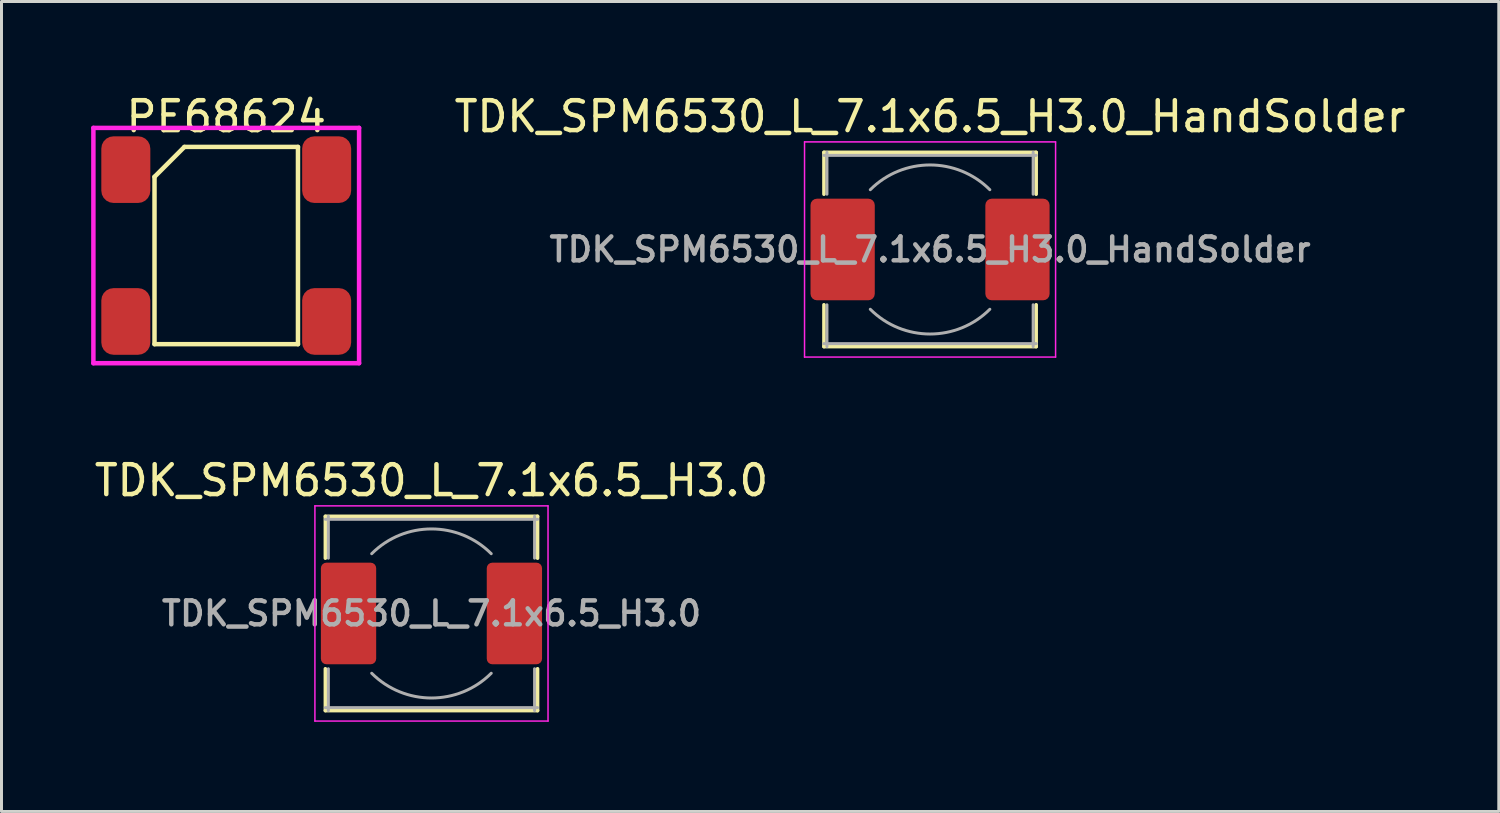
<source format=kicad_pcb>
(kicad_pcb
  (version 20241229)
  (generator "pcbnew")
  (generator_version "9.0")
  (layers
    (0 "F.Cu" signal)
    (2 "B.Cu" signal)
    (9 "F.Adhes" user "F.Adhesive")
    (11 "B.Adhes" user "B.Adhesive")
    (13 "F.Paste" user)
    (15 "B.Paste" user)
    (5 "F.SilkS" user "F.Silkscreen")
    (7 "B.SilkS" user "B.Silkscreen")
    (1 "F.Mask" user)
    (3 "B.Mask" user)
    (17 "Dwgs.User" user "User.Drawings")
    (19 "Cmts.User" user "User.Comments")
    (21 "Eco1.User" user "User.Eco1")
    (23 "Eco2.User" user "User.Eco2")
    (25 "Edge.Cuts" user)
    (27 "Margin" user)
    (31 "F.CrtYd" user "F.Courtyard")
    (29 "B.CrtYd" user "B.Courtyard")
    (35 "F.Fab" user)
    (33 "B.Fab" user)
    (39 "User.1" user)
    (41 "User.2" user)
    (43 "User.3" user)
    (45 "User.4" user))
  (footprint "TDK_SPM6530_L_7.1x6.5_H3.0_HandSolder"
    (layer "F.Cu")
    (at 28.07 5.298)
    (property "Reference" "TDK_SPM6530_L_7.1x6.5_H3.0_HandSolder" (at 0 -4.45 0) (layer "F.SilkS") (effects (font (size 1 1) (thickness 0.15))))
    (attr smd)
    (fp_line (start -3.55 -3.25) (end 3.55 -3.25) (stroke (width 0.12) (type solid)) (layer "F.SilkS"))
    (fp_line (start -3.55 -1.85) (end -3.55 -3.25) (stroke (width 0.12) (type solid)) (layer "F.SilkS"))
    (fp_line (start -3.55 3.25) (end -3.55 1.85) (stroke (width 0.12) (type solid)) (layer "F.SilkS"))
    (fp_line (start 3.55 -3.25) (end 3.55 -1.85) (stroke (width 0.12) (type solid)) (layer "F.SilkS"))
    (fp_line (start 3.55 1.85) (end 3.55 3.25) (stroke (width 0.12) (type solid)) (layer "F.SilkS"))
    (fp_line (start 3.55 3.25) (end -3.55 3.25) (stroke (width 0.12) (type solid)) (layer "F.SilkS"))
    (fp_line (start -4.2 -3.6) (end -4.2 3.6) (stroke (width 0.05) (type solid)) (layer "F.CrtYd"))
    (fp_line (start -4.2 3.6) (end 4.2 3.6) (stroke (width 0.05) (type solid)) (layer "F.CrtYd"))
    (fp_line (start 4.2 -3.6) (end -4.2 -3.6) (stroke (width 0.05) (type solid)) (layer "F.CrtYd"))
    (fp_line (start 4.2 3.6) (end 4.2 -3.6) (stroke (width 0.05) (type solid)) (layer "F.CrtYd"))
    (fp_line (start -3.55 -3.15) (end 3.55 -3.15) (stroke (width 0.1) (type solid)) (layer "F.Fab"))
    (fp_line (start -3.45 -3.25) (end -3.45 -1.85) (stroke (width 0.1) (type solid)) (layer "F.Fab"))
    (fp_line (start -3.45 3.25) (end -3.45 1.85) (stroke (width 0.1) (type solid)) (layer "F.Fab"))
    (fp_line (start 3.45 -3.25) (end 3.45 -1.85) (stroke (width 0.1) (type solid)) (layer "F.Fab"))
    (fp_line (start 3.45 3.25) (end 3.45 1.85) (stroke (width 0.1) (type solid)) (layer "F.Fab"))
    (fp_line (start 3.55 3.15) (end -3.55 3.15) (stroke (width 0.1) (type solid)) (layer "F.Fab"))
    (fp_arc (start -2 -2) (mid 0 -2.828427) (end 2 -2) (stroke (width 0.1) (type solid)) (layer "F.Fab"))
    (fp_arc (start 2 2) (mid 0 2.828427) (end -2 2) (stroke (width 0.1) (type solid)) (layer "F.Fab"))
    (fp_text user "${REFERENCE}" (at 0 0 0) (layer "F.Fab") (effects (font (size 0.8 0.8) (thickness 0.15))))
    (pad "1" smd roundrect (at -2.775 0) (size 2.15 3.4) (drill (offset -0.15 0)) (layers "F.Cu" "F.Mask" "F.Paste") (roundrect_rratio 0.1))
    (pad "2" smd roundrect (at 2.775 0) (size 2.15 3.4) (drill (offset 0.15 0)) (layers "F.Cu" "F.Mask" "F.Paste") (roundrect_rratio 0.1)))
  (footprint "PE68624"
    (layer "F.Cu")
    (at 4.52 5.166)
    (property "Reference" "PE68624" (at 0 -4.318 0) (layer "F.SilkS") (effects (font (size 1 1) (thickness 0.15))))
    (attr through_hole)
    (fp_line (start -2.4 -2.3) (end -2.4 3.3) (stroke (width 0.15) (type solid)) (layer "F.SilkS"))
    (fp_line (start -2.4 -2.3) (end -1.4 -3.3) (stroke (width 0.15) (type solid)) (layer "F.SilkS"))
    (fp_line (start -1.4 -3.3) (end 2.4 -3.3) (stroke (width 0.15) (type solid)) (layer "F.SilkS"))
    (fp_line (start 2.4 -3.3) (end 2.4 3.3) (stroke (width 0.15) (type solid)) (layer "F.SilkS"))
    (fp_line (start 2.4 3.3) (end -2.4 3.3) (stroke (width 0.15) (type solid)) (layer "F.SilkS"))
    (fp_line (start -4.445 -3.937) (end 4.445 -3.937) (stroke (width 0.15) (type solid)) (layer "F.CrtYd"))
    (fp_line (start -4.445 3.937) (end -4.445 -3.937) (stroke (width 0.15) (type solid)) (layer "F.CrtYd"))
    (fp_line (start 4.445 -3.937) (end 4.445 3.937) (stroke (width 0.15) (type solid)) (layer "F.CrtYd"))
    (fp_line (start 4.445 3.937) (end -4.445 3.937) (stroke (width 0.15) (type solid)) (layer "F.CrtYd"))
    (pad "1" smd roundrect (at -3.36 -2.54) (size 1.64 2.23) (layers "F.Cu" "F.Mask" "F.Paste") (roundrect_rratio 0.25))
    (pad "3" smd roundrect (at -3.36 2.54) (size 1.64 2.23) (layers "F.Cu" "F.Mask" "F.Paste") (roundrect_rratio 0.25))
    (pad "4" smd roundrect (at 3.36 2.54) (size 1.64 2.23) (layers "F.Cu" "F.Mask" "F.Paste") (roundrect_rratio 0.25))
    (pad "6" smd roundrect (at 3.36 -2.54) (size 1.64 2.23) (layers "F.Cu" "F.Mask" "F.Paste") (roundrect_rratio 0.25)))
  (footprint "TDK_SPM6530_L_7.1x6.5_H3.0"
    (layer "F.Cu")
    (at 11.387 17.477)
    (property "Reference" "TDK_SPM6530_L_7.1x6.5_H3.0" (at 0 -4.45 0) (layer "F.SilkS") (effects (font (size 1 1) (thickness 0.15))))
    (attr smd)
    (fp_line (start -3.55 -3.25) (end 3.55 -3.25) (stroke (width 0.12) (type solid)) (layer "F.SilkS"))
    (fp_line (start -3.55 -1.85) (end -3.55 -3.25) (stroke (width 0.12) (type solid)) (layer "F.SilkS"))
    (fp_line (start -3.55 3.25) (end -3.55 1.85) (stroke (width 0.12) (type solid)) (layer "F.SilkS"))
    (fp_line (start 3.55 -3.25) (end 3.55 -1.85) (stroke (width 0.12) (type solid)) (layer "F.SilkS"))
    (fp_line (start 3.55 1.85) (end 3.55 3.25) (stroke (width 0.12) (type solid)) (layer "F.SilkS"))
    (fp_line (start 3.55 3.25) (end -3.55 3.25) (stroke (width 0.12) (type solid)) (layer "F.SilkS"))
    (fp_line (start -3.9 -3.6) (end -3.9 3.6) (stroke (width 0.05) (type solid)) (layer "F.CrtYd"))
    (fp_line (start -3.9 3.6) (end 3.9 3.6) (stroke (width 0.05) (type solid)) (layer "F.CrtYd"))
    (fp_line (start 3.9 -3.6) (end -3.9 -3.6) (stroke (width 0.05) (type solid)) (layer "F.CrtYd"))
    (fp_line (start 3.9 3.6) (end 3.9 -3.6) (stroke (width 0.05) (type solid)) (layer "F.CrtYd"))
    (fp_line (start -3.55 -3.15) (end 3.55 -3.15) (stroke (width 0.1) (type solid)) (layer "F.Fab"))
    (fp_line (start -3.45 -3.25) (end -3.45 -1.85) (stroke (width 0.1) (type solid)) (layer "F.Fab"))
    (fp_line (start -3.45 3.25) (end -3.45 1.85) (stroke (width 0.1) (type solid)) (layer "F.Fab"))
    (fp_line (start 3.45 -3.25) (end 3.45 -1.85) (stroke (width 0.1) (type solid)) (layer "F.Fab"))
    (fp_line (start 3.45 3.25) (end 3.45 1.85) (stroke (width 0.1) (type solid)) (layer "F.Fab"))
    (fp_line (start 3.55 3.15) (end -3.55 3.15) (stroke (width 0.1) (type solid)) (layer "F.Fab"))
    (fp_arc (start -2 -2) (mid 0 -2.828427) (end 2 -2) (stroke (width 0.1) (type solid)) (layer "F.Fab"))
    (fp_arc (start 2 2) (mid 0 2.828427) (end -2 2) (stroke (width 0.1) (type solid)) (layer "F.Fab"))
    (fp_text user "${REFERENCE}" (at 0 0 0) (layer "F.Fab") (effects (font (size 0.8 0.8) (thickness 0.15))))
    (pad "1" smd roundrect (at -2.775 0) (size 1.85 3.4) (layers "F.Cu" "F.Mask" "F.Paste") (roundrect_rratio 0.1))
    (pad "2" smd roundrect (at 2.775 0) (size 1.85 3.4) (layers "F.Cu" "F.Mask" "F.Paste") (roundrect_rratio 0.1)))
  (gr_rect
    (start -3 -3)
    (end 47.1 24.102)
    (stroke (width 0.1) (type default))
    (fill no)
    (layer "Edge.Cuts")))
</source>
